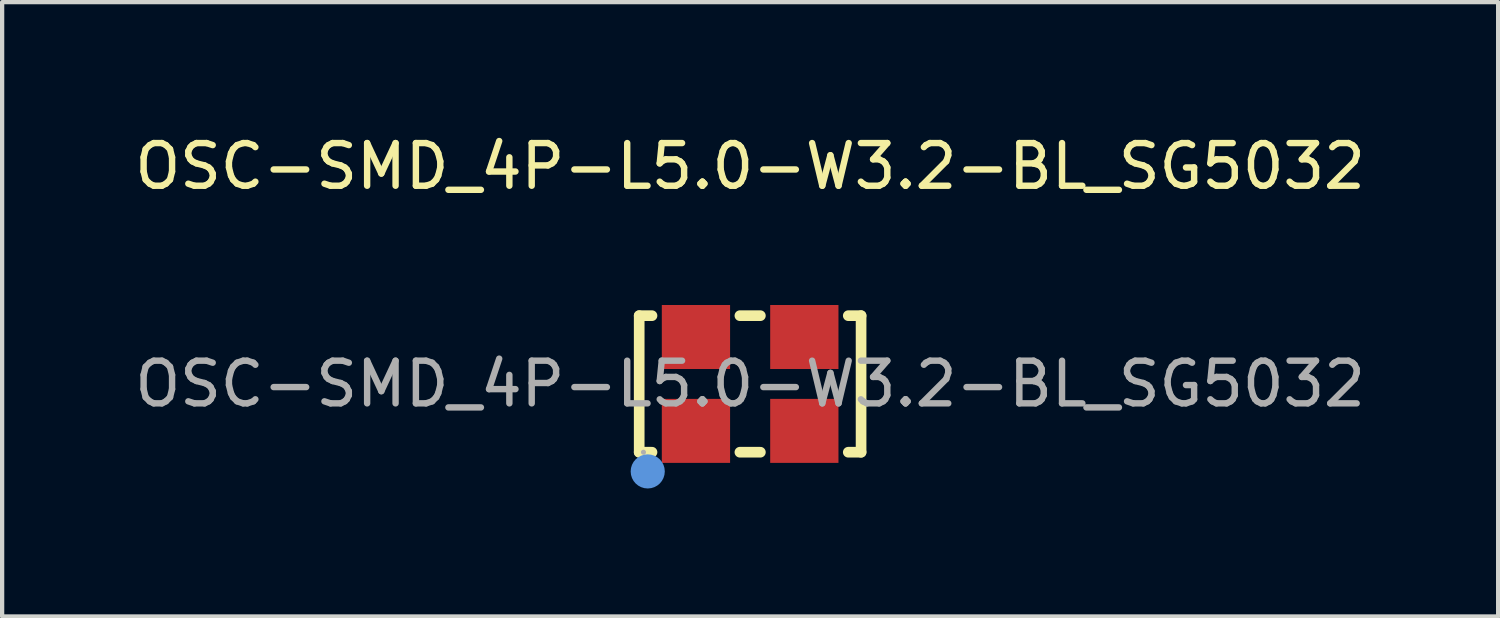
<source format=kicad_pcb>
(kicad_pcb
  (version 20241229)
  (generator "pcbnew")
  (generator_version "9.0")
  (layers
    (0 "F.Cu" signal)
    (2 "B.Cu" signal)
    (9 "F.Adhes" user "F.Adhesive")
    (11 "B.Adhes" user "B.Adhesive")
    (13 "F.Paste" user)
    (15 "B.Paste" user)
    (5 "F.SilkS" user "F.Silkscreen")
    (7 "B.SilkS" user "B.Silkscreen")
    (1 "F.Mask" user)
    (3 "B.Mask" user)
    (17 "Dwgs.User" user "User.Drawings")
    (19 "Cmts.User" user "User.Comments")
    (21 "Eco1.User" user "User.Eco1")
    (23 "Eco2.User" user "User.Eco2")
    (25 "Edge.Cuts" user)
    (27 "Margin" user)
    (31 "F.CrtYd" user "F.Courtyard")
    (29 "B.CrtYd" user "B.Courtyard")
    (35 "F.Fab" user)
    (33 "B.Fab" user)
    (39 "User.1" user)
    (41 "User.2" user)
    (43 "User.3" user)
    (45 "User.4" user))
  (footprint "OSC-SMD_4P-L5.0-W3.2-BL_SG5032"
    (layer "F.Cu")
    (at 14.53 5.948)
    (property "Reference" "OSC-SMD_4P-L5.0-W3.2-BL_SG5032" (at 0 -5.1 0) (layer "F.SilkS") (effects (font (size 1 1) (thickness 0.15))))
    (attr smd)
    (fp_line (start -2.6 -1.6) (end -2.3 -1.6) (stroke (width 0.25) (type solid)) (layer "F.SilkS"))
    (fp_line (start -2.6 1.6) (end -2.6 -1.6) (stroke (width 0.25) (type solid)) (layer "F.SilkS"))
    (fp_line (start -2.3 1.6) (end -2.6 1.6) (stroke (width 0.25) (type solid)) (layer "F.SilkS"))
    (fp_line (start -0.24 -1.6) (end 0.24 -1.6) (stroke (width 0.25) (type solid)) (layer "F.SilkS"))
    (fp_line (start 0.24 1.6) (end -0.24 1.6) (stroke (width 0.25) (type solid)) (layer "F.SilkS"))
    (fp_line (start 2.3 -1.6) (end 2.6 -1.6) (stroke (width 0.25) (type solid)) (layer "F.SilkS"))
    (fp_line (start 2.6 -1.6) (end 2.6 1.6) (stroke (width 0.25) (type solid)) (layer "F.SilkS"))
    (fp_line (start 2.6 1.6) (end 2.3 1.6) (stroke (width 0.25) (type solid)) (layer "F.SilkS"))
    (fp_arc (start -2.42 1.95) (mid -2.434995 2.25025) (end -2.430016 1.949667) (stroke (width 0.3) (type solid)) (layer "F.SilkS"))
    (fp_circle (center -2.4 2.05) (end -2.2 2.05) (stroke (width 0.4) (type solid)) (fill no) (layer "Cmts.User"))
    (fp_circle (center -2.5 1.6) (end -2.47 1.6) (stroke (width 0.06) (type solid)) (fill no) (layer "F.Fab"))
    (fp_text user "${REFERENCE}" (at 0 0 0) (layer "F.Fab") (effects (font (size 1 1) (thickness 0.15))))
    (pad "1" smd rect (at -1.27 1.1) (size 1.6 1.5) (layers "F.Cu" "F.Mask" "F.Paste"))
    (pad "2" smd rect (at 1.27 1.1) (size 1.6 1.5) (layers "F.Cu" "F.Mask" "F.Paste"))
    (pad "3" smd rect (at 1.27 -1.1) (size 1.6 1.5) (layers "F.Cu" "F.Mask" "F.Paste"))
    (pad "4" smd rect (at -1.27 -1.1) (size 1.6 1.5) (layers "F.Cu" "F.Mask" "F.Paste")))
  (gr_rect
    (start -3 -3)
    (end 32.06 11.398)
    (stroke (width 0.1) (type default))
    (fill no)
    (layer "Edge.Cuts")))
</source>
